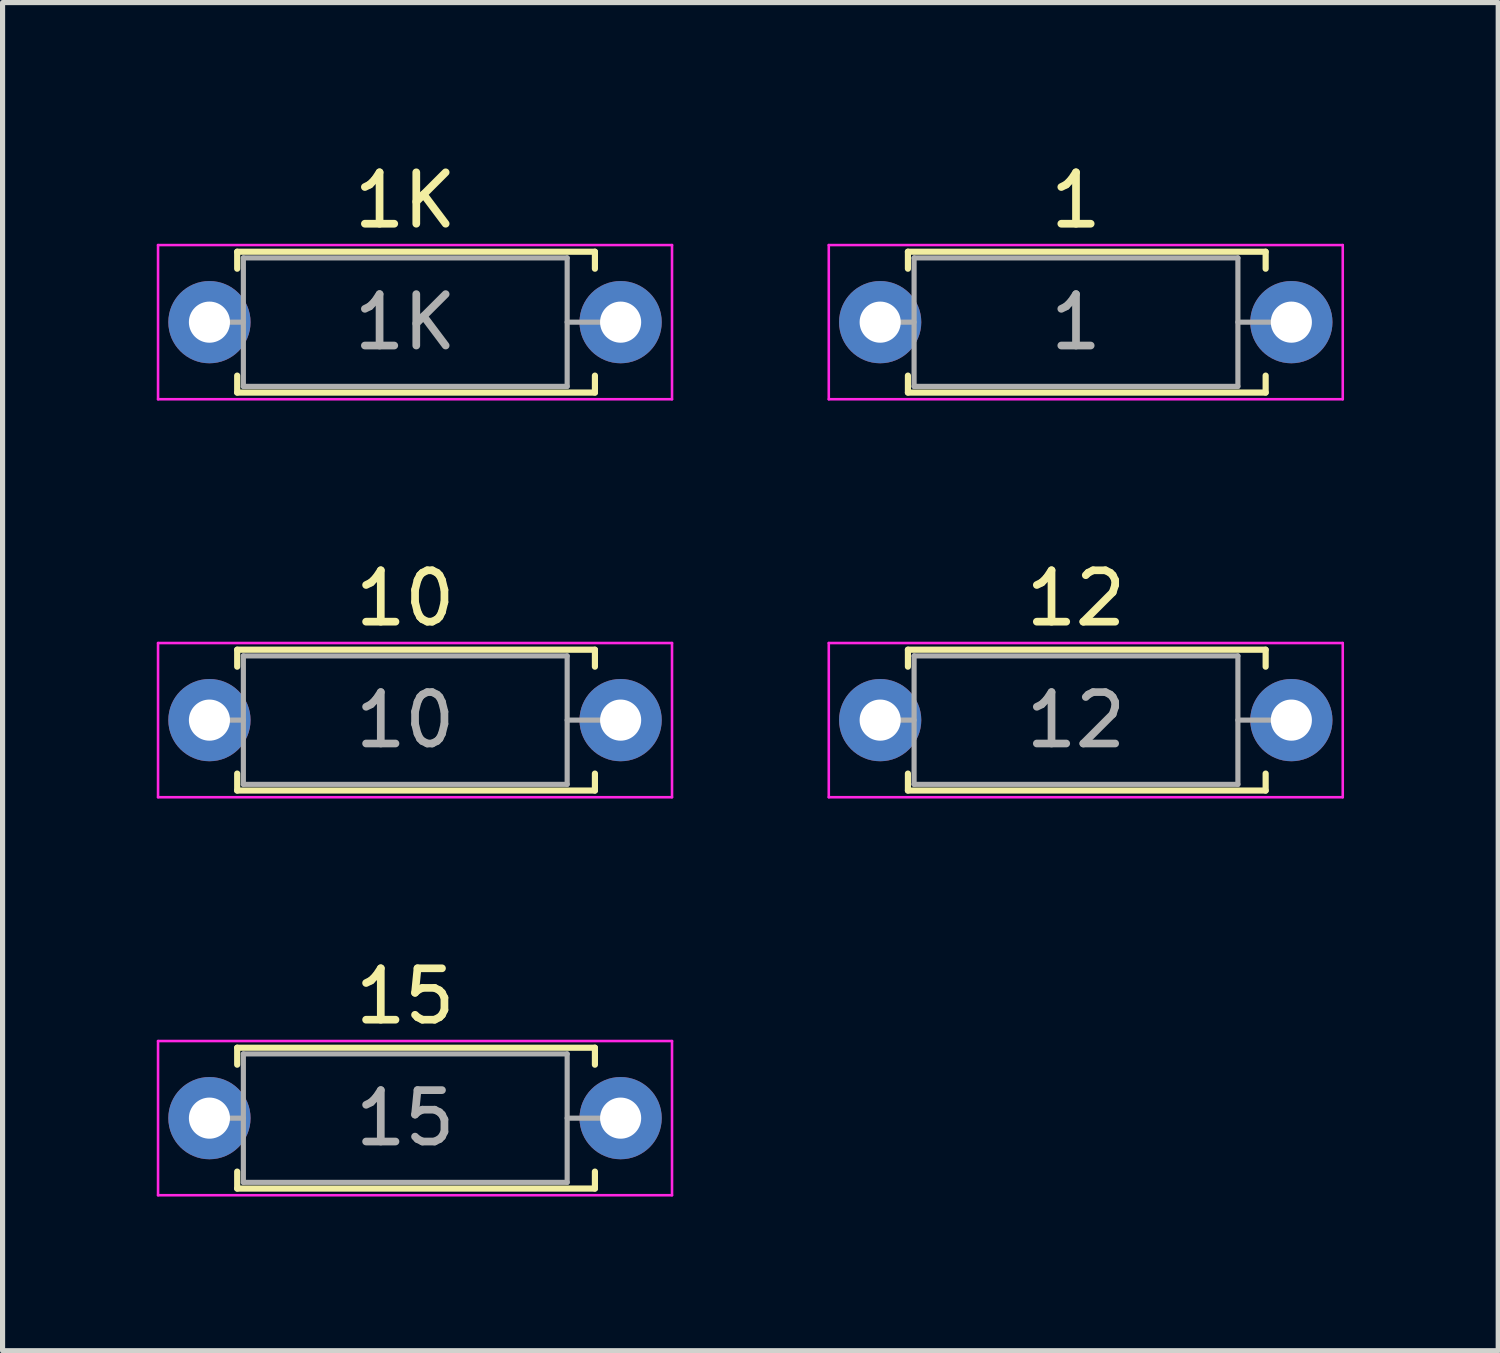
<source format=kicad_pcb>
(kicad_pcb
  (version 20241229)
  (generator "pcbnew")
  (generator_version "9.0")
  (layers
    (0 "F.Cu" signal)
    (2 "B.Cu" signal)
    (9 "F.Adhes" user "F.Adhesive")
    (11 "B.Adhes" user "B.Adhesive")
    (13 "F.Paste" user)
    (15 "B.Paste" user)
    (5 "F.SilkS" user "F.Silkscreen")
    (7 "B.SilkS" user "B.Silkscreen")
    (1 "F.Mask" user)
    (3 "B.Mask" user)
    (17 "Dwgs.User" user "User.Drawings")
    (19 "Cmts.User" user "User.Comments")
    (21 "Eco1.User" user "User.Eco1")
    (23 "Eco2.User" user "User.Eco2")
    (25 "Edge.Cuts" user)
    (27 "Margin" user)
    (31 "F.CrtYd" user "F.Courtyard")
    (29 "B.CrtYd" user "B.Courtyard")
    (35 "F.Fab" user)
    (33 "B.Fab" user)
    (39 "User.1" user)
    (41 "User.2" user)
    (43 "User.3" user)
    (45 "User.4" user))
  (footprint "12"
    (layer "F.Cu")
    (at 14.075 10.961)
    (property "Reference" "12" (at 3.81 -2.37 0) (layer "F.SilkS") (effects (font (size 1 1) (thickness 0.15))))
    (attr through_hole)
    (fp_line (start 0.54 -1.37) (end 7.5 -1.37) (stroke (width 0.12) (type solid)) (layer "F.SilkS"))
    (fp_line (start 0.54 -1.04) (end 0.54 -1.37) (stroke (width 0.12) (type solid)) (layer "F.SilkS"))
    (fp_line (start 0.54 1.04) (end 0.54 1.37) (stroke (width 0.12) (type solid)) (layer "F.SilkS"))
    (fp_line (start 0.54 1.37) (end 7.5 1.37) (stroke (width 0.12) (type solid)) (layer "F.SilkS"))
    (fp_line (start 7.5 -1.37) (end 7.5 -1.04) (stroke (width 0.12) (type solid)) (layer "F.SilkS"))
    (fp_line (start 7.5 1.37) (end 7.5 1.04) (stroke (width 0.12) (type solid)) (layer "F.SilkS"))
    (fp_line (start -1 -1.5) (end -1 1.5) (stroke (width 0.05) (type solid)) (layer "F.CrtYd"))
    (fp_line (start -1 1.5) (end 9 1.5) (stroke (width 0.05) (type solid)) (layer "F.CrtYd"))
    (fp_line (start 9 -1.5) (end -1 -1.5) (stroke (width 0.05) (type solid)) (layer "F.CrtYd"))
    (fp_line (start 9 1.5) (end 9 -1.5) (stroke (width 0.05) (type solid)) (layer "F.CrtYd"))
    (fp_line (start 0 0) (end 0.66 0) (stroke (width 0.1) (type solid)) (layer "F.Fab"))
    (fp_line (start 0.66 -1.25) (end 0.66 1.25) (stroke (width 0.1) (type solid)) (layer "F.Fab"))
    (fp_line (start 0.66 1.25) (end 6.96 1.25) (stroke (width 0.1) (type solid)) (layer "F.Fab"))
    (fp_line (start 6.96 -1.25) (end 0.66 -1.25) (stroke (width 0.1) (type solid)) (layer "F.Fab"))
    (fp_line (start 6.96 1.25) (end 6.96 -1.25) (stroke (width 0.1) (type solid)) (layer "F.Fab"))
    (fp_line (start 7.62 0) (end 6.96 0) (stroke (width 0.1) (type solid)) (layer "F.Fab"))
    (fp_text user "${REFERENCE}" (at 3.81 0 0) (layer "F.Fab") (effects (font (size 1 1) (thickness 0.15))))
    (pad "1" thru_hole circle (at 0 0) (size 1.6 1.6) (drill 0.8) (layers "*.Cu" "*.Mask"))
    (pad "2" thru_hole oval (at 8 0) (size 1.6 1.6) (drill 0.8) (layers "*.Cu" "*.Mask")))
  (footprint "1"
    (layer "F.Cu")
    (at 14.075 3.218)
    (property "Reference" "1" (at 3.81 -2.37 0) (layer "F.SilkS") (effects (font (size 1 1) (thickness 0.15))))
    (attr through_hole)
    (fp_line (start 0.54 -1.37) (end 7.5 -1.37) (stroke (width 0.12) (type solid)) (layer "F.SilkS"))
    (fp_line (start 0.54 -1.04) (end 0.54 -1.37) (stroke (width 0.12) (type solid)) (layer "F.SilkS"))
    (fp_line (start 0.54 1.04) (end 0.54 1.37) (stroke (width 0.12) (type solid)) (layer "F.SilkS"))
    (fp_line (start 0.54 1.37) (end 7.5 1.37) (stroke (width 0.12) (type solid)) (layer "F.SilkS"))
    (fp_line (start 7.5 -1.37) (end 7.5 -1.04) (stroke (width 0.12) (type solid)) (layer "F.SilkS"))
    (fp_line (start 7.5 1.37) (end 7.5 1.04) (stroke (width 0.12) (type solid)) (layer "F.SilkS"))
    (fp_line (start -1 -1.5) (end -1 1.5) (stroke (width 0.05) (type solid)) (layer "F.CrtYd"))
    (fp_line (start -1 1.5) (end 9 1.5) (stroke (width 0.05) (type solid)) (layer "F.CrtYd"))
    (fp_line (start 9 -1.5) (end -1 -1.5) (stroke (width 0.05) (type solid)) (layer "F.CrtYd"))
    (fp_line (start 9 1.5) (end 9 -1.5) (stroke (width 0.05) (type solid)) (layer "F.CrtYd"))
    (fp_line (start 0 0) (end 0.66 0) (stroke (width 0.1) (type solid)) (layer "F.Fab"))
    (fp_line (start 0.66 -1.25) (end 0.66 1.25) (stroke (width 0.1) (type solid)) (layer "F.Fab"))
    (fp_line (start 0.66 1.25) (end 6.96 1.25) (stroke (width 0.1) (type solid)) (layer "F.Fab"))
    (fp_line (start 6.96 -1.25) (end 0.66 -1.25) (stroke (width 0.1) (type solid)) (layer "F.Fab"))
    (fp_line (start 6.96 1.25) (end 6.96 -1.25) (stroke (width 0.1) (type solid)) (layer "F.Fab"))
    (fp_line (start 7.62 0) (end 6.96 0) (stroke (width 0.1) (type solid)) (layer "F.Fab"))
    (fp_text user "${REFERENCE}" (at 3.81 0 0) (layer "F.Fab") (effects (font (size 1 1) (thickness 0.15))))
    (pad "1" thru_hole circle (at 0 0) (size 1.6 1.6) (drill 0.8) (layers "*.Cu" "*.Mask"))
    (pad "2" thru_hole oval (at 8 0) (size 1.6 1.6) (drill 0.8) (layers "*.Cu" "*.Mask")))
  (footprint "10"
    (layer "F.Cu")
    (at 1.025 10.961)
    (property "Reference" "10" (at 3.81 -2.37 0) (layer "F.SilkS") (effects (font (size 1 1) (thickness 0.15))))
    (attr through_hole)
    (fp_line (start 0.54 -1.37) (end 7.5 -1.37) (stroke (width 0.12) (type solid)) (layer "F.SilkS"))
    (fp_line (start 0.54 -1.04) (end 0.54 -1.37) (stroke (width 0.12) (type solid)) (layer "F.SilkS"))
    (fp_line (start 0.54 1.04) (end 0.54 1.37) (stroke (width 0.12) (type solid)) (layer "F.SilkS"))
    (fp_line (start 0.54 1.37) (end 7.5 1.37) (stroke (width 0.12) (type solid)) (layer "F.SilkS"))
    (fp_line (start 7.5 -1.37) (end 7.5 -1.04) (stroke (width 0.12) (type solid)) (layer "F.SilkS"))
    (fp_line (start 7.5 1.37) (end 7.5 1.04) (stroke (width 0.12) (type solid)) (layer "F.SilkS"))
    (fp_line (start -1 -1.5) (end -1 1.5) (stroke (width 0.05) (type solid)) (layer "F.CrtYd"))
    (fp_line (start -1 1.5) (end 9 1.5) (stroke (width 0.05) (type solid)) (layer "F.CrtYd"))
    (fp_line (start 9 -1.5) (end -1 -1.5) (stroke (width 0.05) (type solid)) (layer "F.CrtYd"))
    (fp_line (start 9 1.5) (end 9 -1.5) (stroke (width 0.05) (type solid)) (layer "F.CrtYd"))
    (fp_line (start 0 0) (end 0.66 0) (stroke (width 0.1) (type solid)) (layer "F.Fab"))
    (fp_line (start 0.66 -1.25) (end 0.66 1.25) (stroke (width 0.1) (type solid)) (layer "F.Fab"))
    (fp_line (start 0.66 1.25) (end 6.96 1.25) (stroke (width 0.1) (type solid)) (layer "F.Fab"))
    (fp_line (start 6.96 -1.25) (end 0.66 -1.25) (stroke (width 0.1) (type solid)) (layer "F.Fab"))
    (fp_line (start 6.96 1.25) (end 6.96 -1.25) (stroke (width 0.1) (type solid)) (layer "F.Fab"))
    (fp_line (start 7.62 0) (end 6.96 0) (stroke (width 0.1) (type solid)) (layer "F.Fab"))
    (fp_text user "${REFERENCE}" (at 3.81 0 0) (layer "F.Fab") (effects (font (size 1 1) (thickness 0.15))))
    (pad "1" thru_hole circle (at 0 0) (size 1.6 1.6) (drill 0.8) (layers "*.Cu" "*.Mask"))
    (pad "2" thru_hole oval (at 8 0) (size 1.6 1.6) (drill 0.8) (layers "*.Cu" "*.Mask")))
  (footprint "1K"
    (layer "F.Cu")
    (at 1.025 3.218)
    (property "Reference" "1K" (at 3.81 -2.37 0) (layer "F.SilkS") (effects (font (size 1 1) (thickness 0.15))))
    (attr through_hole)
    (fp_line (start 0.54 -1.37) (end 7.5 -1.37) (stroke (width 0.12) (type solid)) (layer "F.SilkS"))
    (fp_line (start 0.54 -1.04) (end 0.54 -1.37) (stroke (width 0.12) (type solid)) (layer "F.SilkS"))
    (fp_line (start 0.54 1.04) (end 0.54 1.37) (stroke (width 0.12) (type solid)) (layer "F.SilkS"))
    (fp_line (start 0.54 1.37) (end 7.5 1.37) (stroke (width 0.12) (type solid)) (layer "F.SilkS"))
    (fp_line (start 7.5 -1.37) (end 7.5 -1.04) (stroke (width 0.12) (type solid)) (layer "F.SilkS"))
    (fp_line (start 7.5 1.37) (end 7.5 1.04) (stroke (width 0.12) (type solid)) (layer "F.SilkS"))
    (fp_line (start -1 -1.5) (end -1 1.5) (stroke (width 0.05) (type solid)) (layer "F.CrtYd"))
    (fp_line (start -1 1.5) (end 9 1.5) (stroke (width 0.05) (type solid)) (layer "F.CrtYd"))
    (fp_line (start 9 -1.5) (end -1 -1.5) (stroke (width 0.05) (type solid)) (layer "F.CrtYd"))
    (fp_line (start 9 1.5) (end 9 -1.5) (stroke (width 0.05) (type solid)) (layer "F.CrtYd"))
    (fp_line (start 0 0) (end 0.66 0) (stroke (width 0.1) (type solid)) (layer "F.Fab"))
    (fp_line (start 0.66 -1.25) (end 0.66 1.25) (stroke (width 0.1) (type solid)) (layer "F.Fab"))
    (fp_line (start 0.66 1.25) (end 6.96 1.25) (stroke (width 0.1) (type solid)) (layer "F.Fab"))
    (fp_line (start 6.96 -1.25) (end 0.66 -1.25) (stroke (width 0.1) (type solid)) (layer "F.Fab"))
    (fp_line (start 6.96 1.25) (end 6.96 -1.25) (stroke (width 0.1) (type solid)) (layer "F.Fab"))
    (fp_line (start 7.62 0) (end 6.96 0) (stroke (width 0.1) (type solid)) (layer "F.Fab"))
    (fp_text user "${REFERENCE}" (at 3.81 0 0) (layer "F.Fab") (effects (font (size 1 1) (thickness 0.15))))
    (pad "1" thru_hole circle (at 0 0) (size 1.6 1.6) (drill 0.8) (layers "*.Cu" "*.Mask"))
    (pad "2" thru_hole oval (at 8 0) (size 1.6 1.6) (drill 0.8) (layers "*.Cu" "*.Mask")))
  (footprint "15"
    (layer "F.Cu")
    (at 1.025 18.705)
    (property "Reference" "15" (at 3.81 -2.37 0) (layer "F.SilkS") (effects (font (size 1 1) (thickness 0.15))))
    (attr through_hole)
    (fp_line (start 0.54 -1.37) (end 7.5 -1.37) (stroke (width 0.12) (type solid)) (layer "F.SilkS"))
    (fp_line (start 0.54 -1.04) (end 0.54 -1.37) (stroke (width 0.12) (type solid)) (layer "F.SilkS"))
    (fp_line (start 0.54 1.04) (end 0.54 1.37) (stroke (width 0.12) (type solid)) (layer "F.SilkS"))
    (fp_line (start 0.54 1.37) (end 7.5 1.37) (stroke (width 0.12) (type solid)) (layer "F.SilkS"))
    (fp_line (start 7.5 -1.37) (end 7.5 -1.04) (stroke (width 0.12) (type solid)) (layer "F.SilkS"))
    (fp_line (start 7.5 1.37) (end 7.5 1.04) (stroke (width 0.12) (type solid)) (layer "F.SilkS"))
    (fp_line (start -1 -1.5) (end -1 1.5) (stroke (width 0.05) (type solid)) (layer "F.CrtYd"))
    (fp_line (start -1 1.5) (end 9 1.5) (stroke (width 0.05) (type solid)) (layer "F.CrtYd"))
    (fp_line (start 9 -1.5) (end -1 -1.5) (stroke (width 0.05) (type solid)) (layer "F.CrtYd"))
    (fp_line (start 9 1.5) (end 9 -1.5) (stroke (width 0.05) (type solid)) (layer "F.CrtYd"))
    (fp_line (start 0 0) (end 0.66 0) (stroke (width 0.1) (type solid)) (layer "F.Fab"))
    (fp_line (start 0.66 -1.25) (end 0.66 1.25) (stroke (width 0.1) (type solid)) (layer "F.Fab"))
    (fp_line (start 0.66 1.25) (end 6.96 1.25) (stroke (width 0.1) (type solid)) (layer "F.Fab"))
    (fp_line (start 6.96 -1.25) (end 0.66 -1.25) (stroke (width 0.1) (type solid)) (layer "F.Fab"))
    (fp_line (start 6.96 1.25) (end 6.96 -1.25) (stroke (width 0.1) (type solid)) (layer "F.Fab"))
    (fp_line (start 7.62 0) (end 6.96 0) (stroke (width 0.1) (type solid)) (layer "F.Fab"))
    (fp_text user "${REFERENCE}" (at 3.81 0 0) (layer "F.Fab") (effects (font (size 1 1) (thickness 0.15))))
    (pad "1" thru_hole circle (at 0 0) (size 1.6 1.6) (drill 0.8) (layers "*.Cu" "*.Mask"))
    (pad "2" thru_hole oval (at 8 0) (size 1.6 1.6) (drill 0.8) (layers "*.Cu" "*.Mask")))
  (gr_rect
    (start -3 -3)
    (end 26.1 23.23)
    (stroke (width 0.1) (type default))
    (fill no)
    (layer "Edge.Cuts")))
</source>
